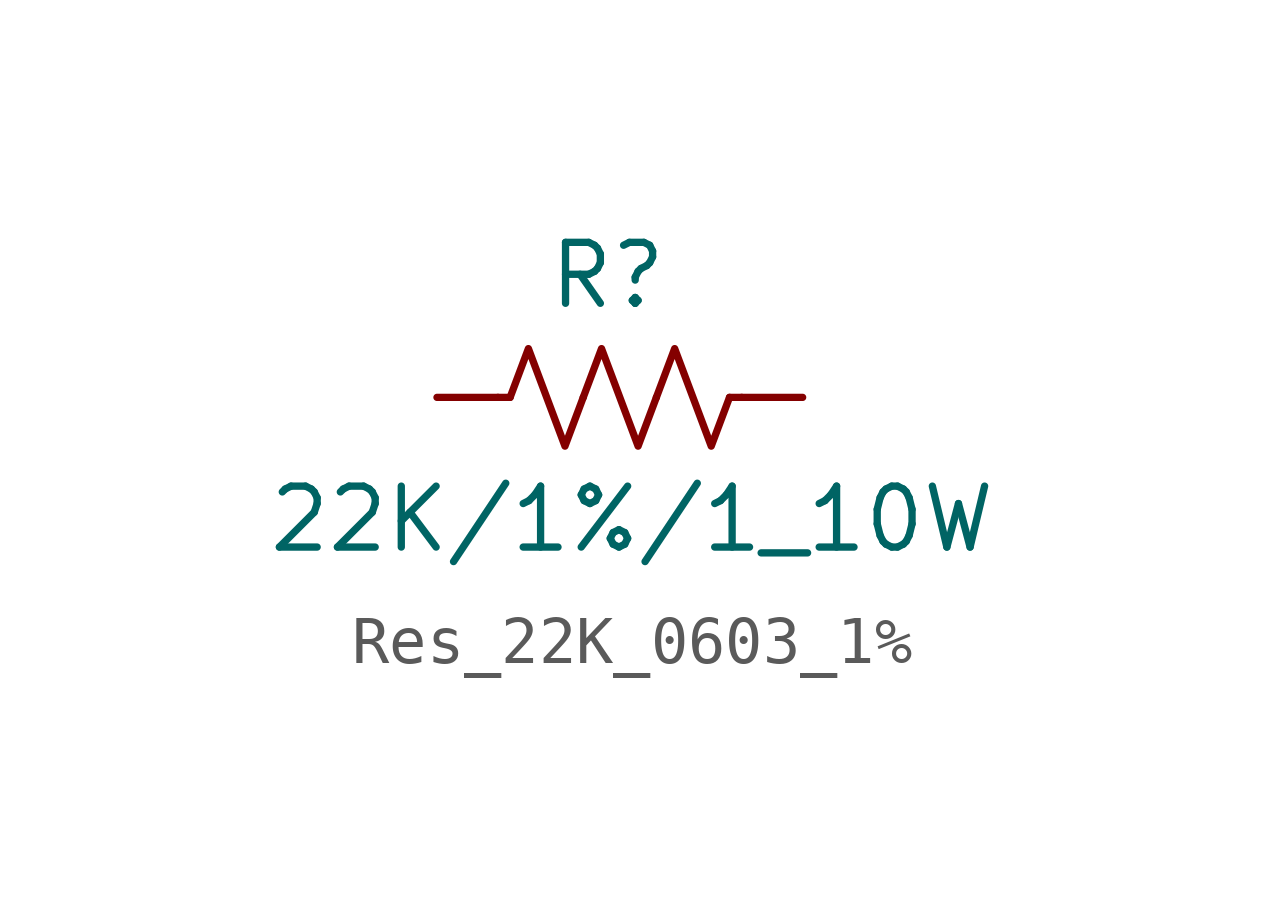
<source format=kicad_sym>
(kicad_symbol_lib
  (version 20231120)
  (generator "kicad_symbol_editor")
  (generator_version "8.0")
  (symbol "Res_22K_0603_1%"
    (pin_numbers hide)
    (pin_names hide)
    (property "Reference" "R"
      (at 3.556 2.54 0)
      (effects (font (size 1.27 1.27))))
    (property "Value" "22K/1%/1_10W"
      (at 4.064 -2.54 0)
      (effects (font (size 1.27 1.27))))
    (symbol "Res_22K_0603_1%_0_1"
      (polyline (pts (xy 1.524 0) (xy 1.27 0)) (stroke (width 0) (type default)) (fill (type none)))
      (polyline (pts (xy 6.096 0) (xy 6.35 0)) (stroke (width 0) (type default)) (fill (type none)))
      (polyline (pts (xy 1.524 0) (xy 1.905 1.016) (xy 2.286 0) (xy 2.667 -1.016) (xy 3.048 0)) (stroke (width 0) (type default)) (fill (type none)))
      (polyline (pts (xy 3.048 0) (xy 3.429 1.016) (xy 3.81 0) (xy 4.191 -1.016) (xy 4.572 0)) (stroke (width 0) (type default)) (fill (type none)))
      (polyline (pts (xy 4.572 0) (xy 4.953 1.016) (xy 5.334 0) (xy 5.715 -1.016) (xy 6.096 0)) (stroke (width 0) (type default)) (fill (type none))))
    (symbol "Res_22K_0603_1%_1_1"
      (pin passive line (at 0 0 0) (length 1.27) (name "~" (effects (font (size 1.27 1.27)))) (number "1" (effects (font (size 1.27 1.27)))))
      (pin passive line (at 7.62 0 180) (length 1.27) (name "~" (effects (font (size 1.27 1.27)))) (number "2" (effects (font (size 1.27 1.27))))))))
</source>
